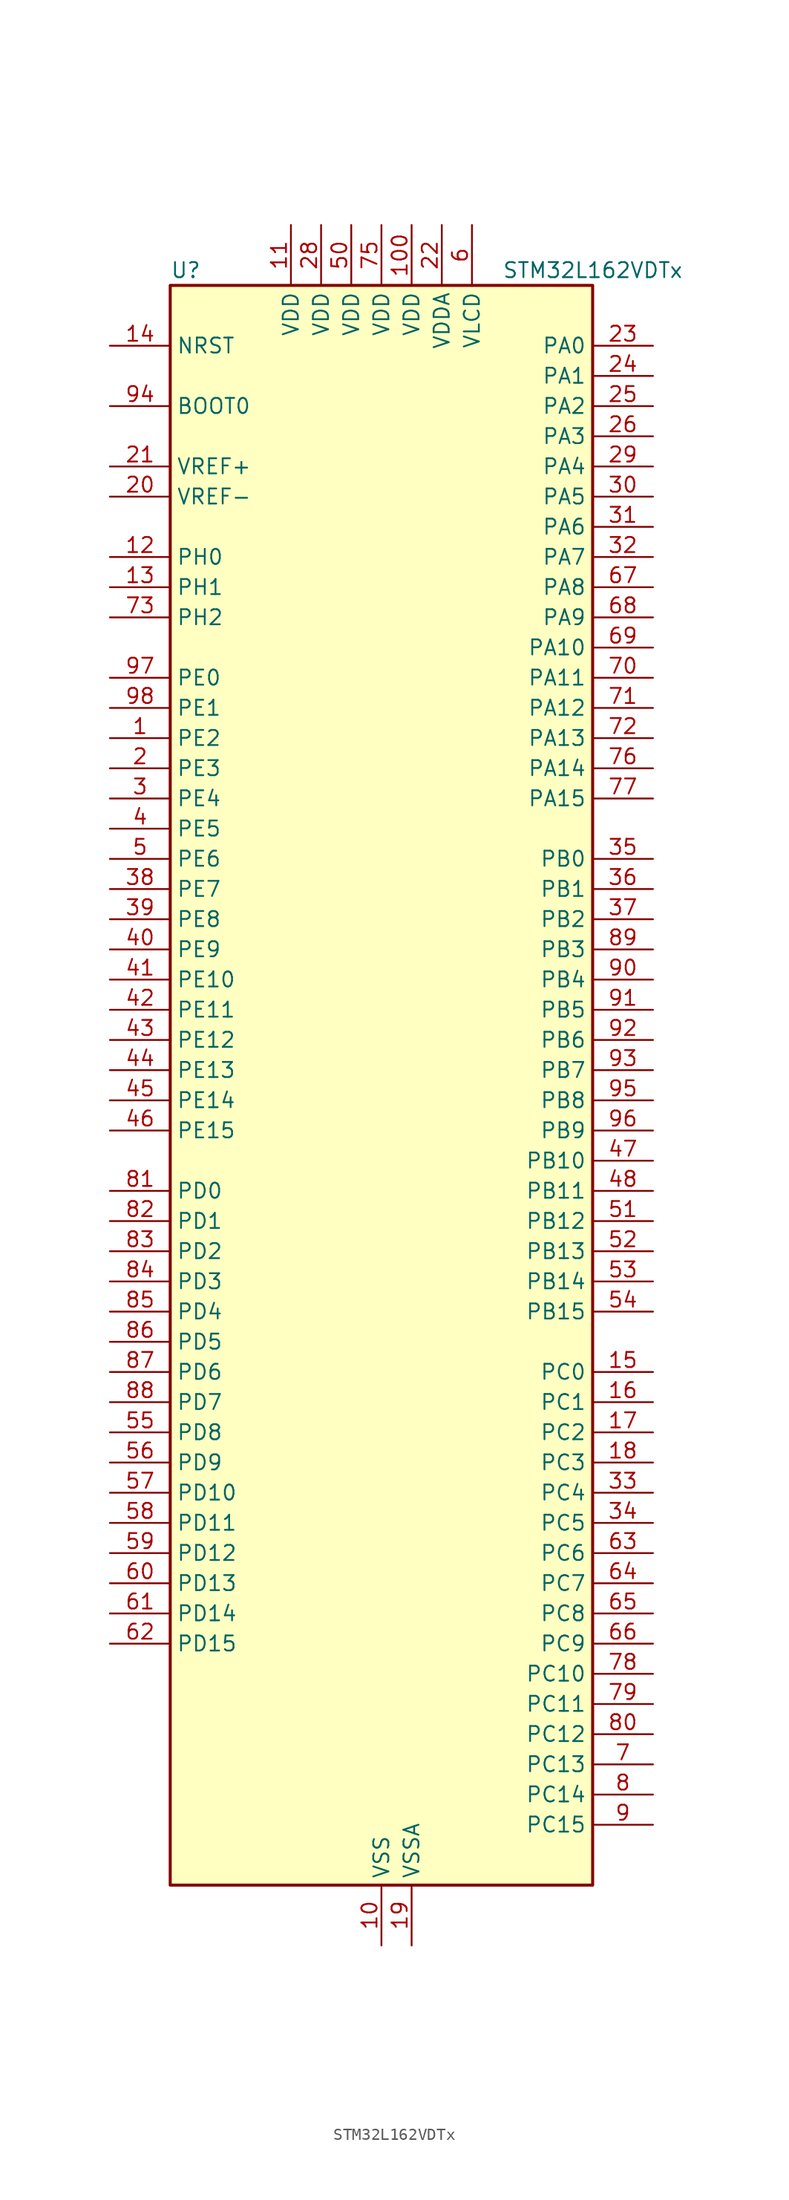
<source format=kicad_sym>
(kicad_symbol_lib
  (version 20241209)
  (generator "kicad_symbol_editor")
  (generator_version "9.0")
  (symbol "STM32L162VDTx"
    (property "Reference" "U"
      (at -17.78 69.85 0)
      (effects (font (size 1.27 1.27)) (justify left)))
    (property "Value" "STM32L162VDTx"
      (at 10.16 69.85 0)
      (effects (font (size 1.27 1.27)) (justify left)))
    (symbol "STM32L162VDTx_0_1"
      (rectangle (start -17.78 -66.04) (end 17.78 68.58) (stroke (width 0.254) (type default)) (fill (type background))))
    (symbol "STM32L162VDTx_1_1"
      (pin input line (at -22.86 63.5 0) (length 5.08) (name "NRST" (effects (font (size 1.27 1.27)))) (number "14" (effects (font (size 1.27 1.27)))))
      (pin input line (at -22.86 58.42 0) (length 5.08) (name "BOOT0" (effects (font (size 1.27 1.27)))) (number "94" (effects (font (size 1.27 1.27)))))
      (pin input line (at -22.86 53.34 0) (length 5.08) (name "VREF+" (effects (font (size 1.27 1.27)))) (number "21" (effects (font (size 1.27 1.27)))))
      (pin input line (at -22.86 50.8 0) (length 5.08) (name "VREF-" (effects (font (size 1.27 1.27)))) (number "20" (effects (font (size 1.27 1.27)))))
      (pin bidirectional line (at -22.86 45.72 0) (length 5.08) (name "PH0" (effects (font (size 1.27 1.27)))) (number "12" (effects (font (size 1.27 1.27)))) (alternate "RCC_OSC_IN" bidirectional line))
      (pin bidirectional line (at -22.86 43.18 0) (length 5.08) (name "PH1" (effects (font (size 1.27 1.27)))) (number "13" (effects (font (size 1.27 1.27)))) (alternate "RCC_OSC_OUT" bidirectional line))
      (pin bidirectional line (at -22.86 40.64 0) (length 5.08) (name "PH2" (effects (font (size 1.27 1.27)))) (number "73" (effects (font (size 1.27 1.27)))) (alternate "FSMC_A22" bidirectional line))
      (pin bidirectional line (at -22.86 35.56 0) (length 5.08) (name "PE0" (effects (font (size 1.27 1.27)))) (number "97" (effects (font (size 1.27 1.27)))) (alternate "FSMC_NBL0" bidirectional line) (alternate "LCD_SEG36" bidirectional line) (alternate "TIM10_CH1" bidirectional line) (alternate "TIM4_ETR" bidirectional line) (alternate "TIMX_IC1" bidirectional line))
      (pin bidirectional line (at -22.86 33.02 0) (length 5.08) (name "PE1" (effects (font (size 1.27 1.27)))) (number "98" (effects (font (size 1.27 1.27)))) (alternate "FSMC_NBL1" bidirectional line) (alternate "LCD_SEG37" bidirectional line) (alternate "TIM11_CH1" bidirectional line) (alternate "TIMX_IC2" bidirectional line))
      (pin bidirectional line (at -22.86 30.48 0) (length 5.08) (name "PE2" (effects (font (size 1.27 1.27)))) (number "1" (effects (font (size 1.27 1.27)))) (alternate "FSMC_A23" bidirectional line) (alternate "LCD_SEG38" bidirectional line) (alternate "SYS_TRACECK" bidirectional line) (alternate "TIM3_ETR" bidirectional line) (alternate "TIMX_IC3" bidirectional line))
      (pin bidirectional line (at -22.86 27.94 0) (length 5.08) (name "PE3" (effects (font (size 1.27 1.27)))) (number "2" (effects (font (size 1.27 1.27)))) (alternate "FSMC_A19" bidirectional line) (alternate "LCD_SEG39" bidirectional line) (alternate "SYS_TRACED0" bidirectional line) (alternate "TIM3_CH1" bidirectional line) (alternate "TIMX_IC4" bidirectional line))
      (pin bidirectional line (at -22.86 25.4 0) (length 5.08) (name "PE4" (effects (font (size 1.27 1.27)))) (number "3" (effects (font (size 1.27 1.27)))) (alternate "FSMC_A20" bidirectional line) (alternate "SYS_TRACED1" bidirectional line) (alternate "TIM3_CH2" bidirectional line) (alternate "TIMX_IC1" bidirectional line))
      (pin bidirectional line (at -22.86 22.86 0) (length 5.08) (name "PE5" (effects (font (size 1.27 1.27)))) (number "4" (effects (font (size 1.27 1.27)))) (alternate "FSMC_A21" bidirectional line) (alternate "SYS_TRACED2" bidirectional line) (alternate "TIM9_CH1" bidirectional line) (alternate "TIMX_IC2" bidirectional line))
      (pin bidirectional line (at -22.86 20.32 0) (length 5.08) (name "PE6" (effects (font (size 1.27 1.27)))) (number "5" (effects (font (size 1.27 1.27)))) (alternate "RTC_TAMP3" bidirectional line) (alternate "SYS_TRACED3" bidirectional line) (alternate "SYS_WKUP3" bidirectional line) (alternate "TIM9_CH2" bidirectional line) (alternate "TIMX_IC3" bidirectional line))
      (pin bidirectional line (at -22.86 17.78 0) (length 5.08) (name "PE7" (effects (font (size 1.27 1.27)))) (number "38" (effects (font (size 1.27 1.27)))) (alternate "ADC_IN22" bidirectional line) (alternate "COMP1_INP" bidirectional line) (alternate "FSMC_D4" bidirectional line) (alternate "FSMC_DA4" bidirectional line) (alternate "TIMX_IC4" bidirectional line))
      (pin bidirectional line (at -22.86 15.24 0) (length 5.08) (name "PE8" (effects (font (size 1.27 1.27)))) (number "39" (effects (font (size 1.27 1.27)))) (alternate "ADC_IN23" bidirectional line) (alternate "COMP1_INP" bidirectional line) (alternate "FSMC_D5" bidirectional line) (alternate "FSMC_DA5" bidirectional line) (alternate "TIMX_IC1" bidirectional line))
      (pin bidirectional line (at -22.86 12.7 0) (length 5.08) (name "PE9" (effects (font (size 1.27 1.27)))) (number "40" (effects (font (size 1.27 1.27)))) (alternate "ADC_IN24" bidirectional line) (alternate "COMP1_INP" bidirectional line) (alternate "DAC_EXTI9" bidirectional line) (alternate "FSMC_D6" bidirectional line) (alternate "FSMC_DA6" bidirectional line) (alternate "TIM2_CH1" bidirectional line) (alternate "TIM2_ETR" bidirectional line) (alternate "TIMX_IC2" bidirectional line))
      (pin bidirectional line (at -22.86 10.16 0) (length 5.08) (name "PE10" (effects (font (size 1.27 1.27)))) (number "41" (effects (font (size 1.27 1.27)))) (alternate "ADC_IN25" bidirectional line) (alternate "COMP1_INP" bidirectional line) (alternate "FSMC_D7" bidirectional line) (alternate "FSMC_DA7" bidirectional line) (alternate "TIM2_CH2" bidirectional line) (alternate "TIMX_IC3" bidirectional line))
      (pin bidirectional line (at -22.86 7.62 0) (length 5.08) (name "PE11" (effects (font (size 1.27 1.27)))) (number "42" (effects (font (size 1.27 1.27)))) (alternate "ADC_EXTI11" bidirectional line) (alternate "FSMC_D8" bidirectional line) (alternate "FSMC_DA8" bidirectional line) (alternate "TIM2_CH3" bidirectional line) (alternate "TIMX_IC4" bidirectional line))
      (pin bidirectional line (at -22.86 5.08 0) (length 5.08) (name "PE12" (effects (font (size 1.27 1.27)))) (number "43" (effects (font (size 1.27 1.27)))) (alternate "FSMC_D9" bidirectional line) (alternate "FSMC_DA9" bidirectional line) (alternate "SPI1_NSS" bidirectional line) (alternate "TIM2_CH4" bidirectional line) (alternate "TIMX_IC1" bidirectional line))
      (pin bidirectional line (at -22.86 2.54 0) (length 5.08) (name "PE13" (effects (font (size 1.27 1.27)))) (number "44" (effects (font (size 1.27 1.27)))) (alternate "FSMC_D10" bidirectional line) (alternate "FSMC_DA10" bidirectional line) (alternate "SPI1_SCK" bidirectional line) (alternate "TIMX_IC2" bidirectional line))
      (pin bidirectional line (at -22.86 0 0) (length 5.08) (name "PE14" (effects (font (size 1.27 1.27)))) (number "45" (effects (font (size 1.27 1.27)))) (alternate "FSMC_D11" bidirectional line) (alternate "FSMC_DA11" bidirectional line) (alternate "SPI1_MISO" bidirectional line) (alternate "TIMX_IC3" bidirectional line))
      (pin bidirectional line (at -22.86 -2.54 0) (length 5.08) (name "PE15" (effects (font (size 1.27 1.27)))) (number "46" (effects (font (size 1.27 1.27)))) (alternate "ADC_EXTI15" bidirectional line) (alternate "FSMC_D12" bidirectional line) (alternate "FSMC_DA12" bidirectional line) (alternate "SPI1_MOSI" bidirectional line) (alternate "TIMX_IC4" bidirectional line))
      (pin bidirectional line (at -22.86 -7.62 0) (length 5.08) (name "PD0" (effects (font (size 1.27 1.27)))) (number "81" (effects (font (size 1.27 1.27)))) (alternate "FSMC_D2" bidirectional line) (alternate "FSMC_DA2" bidirectional line) (alternate "I2S2_WS" bidirectional line) (alternate "SPI2_NSS" bidirectional line) (alternate "TIM9_CH1" bidirectional line) (alternate "TIMX_IC1" bidirectional line))
      (pin bidirectional line (at -22.86 -10.16 0) (length 5.08) (name "PD1" (effects (font (size 1.27 1.27)))) (number "82" (effects (font (size 1.27 1.27)))) (alternate "FSMC_D3" bidirectional line) (alternate "FSMC_DA3" bidirectional line) (alternate "I2S2_CK" bidirectional line) (alternate "SPI2_SCK" bidirectional line) (alternate "TIMX_IC2" bidirectional line))
      (pin bidirectional line (at -22.86 -12.7 0) (length 5.08) (name "PD2" (effects (font (size 1.27 1.27)))) (number "83" (effects (font (size 1.27 1.27)))) (alternate "LCD_COM7" bidirectional line) (alternate "LCD_SEG31" bidirectional line) (alternate "LCD_SEG43" bidirectional line) (alternate "SDIO_CMD" bidirectional line) (alternate "TIM3_ETR" bidirectional line) (alternate "TIMX_IC3" bidirectional line) (alternate "UART5_RX" bidirectional line))
      (pin bidirectional line (at -22.86 -15.24 0) (length 5.08) (name "PD3" (effects (font (size 1.27 1.27)))) (number "84" (effects (font (size 1.27 1.27)))) (alternate "FSMC_CLK" bidirectional line) (alternate "SPI2_MISO" bidirectional line) (alternate "TIMX_IC4" bidirectional line) (alternate "USART2_CTS" bidirectional line))
      (pin bidirectional line (at -22.86 -17.78 0) (length 5.08) (name "PD4" (effects (font (size 1.27 1.27)))) (number "85" (effects (font (size 1.27 1.27)))) (alternate "FSMC_NOE" bidirectional line) (alternate "I2S2_SD" bidirectional line) (alternate "SPI2_MOSI" bidirectional line) (alternate "TIMX_IC1" bidirectional line) (alternate "USART2_RTS" bidirectional line))
      (pin bidirectional line (at -22.86 -20.32 0) (length 5.08) (name "PD5" (effects (font (size 1.27 1.27)))) (number "86" (effects (font (size 1.27 1.27)))) (alternate "FSMC_NWE" bidirectional line) (alternate "TIMX_IC2" bidirectional line) (alternate "USART2_TX" bidirectional line))
      (pin bidirectional line (at -22.86 -22.86 0) (length 5.08) (name "PD6" (effects (font (size 1.27 1.27)))) (number "87" (effects (font (size 1.27 1.27)))) (alternate "FSMC_NWAIT" bidirectional line) (alternate "TIMX_IC3" bidirectional line) (alternate "USART2_RX" bidirectional line))
      (pin bidirectional line (at -22.86 -25.4 0) (length 5.08) (name "PD7" (effects (font (size 1.27 1.27)))) (number "88" (effects (font (size 1.27 1.27)))) (alternate "FSMC_NE1" bidirectional line) (alternate "TIM9_CH2" bidirectional line) (alternate "TIMX_IC4" bidirectional line) (alternate "USART2_CK" bidirectional line))
      (pin bidirectional line (at -22.86 -27.94 0) (length 5.08) (name "PD8" (effects (font (size 1.27 1.27)))) (number "55" (effects (font (size 1.27 1.27)))) (alternate "FSMC_D13" bidirectional line) (alternate "FSMC_DA13" bidirectional line) (alternate "LCD_SEG28" bidirectional line) (alternate "TIMX_IC1" bidirectional line) (alternate "USART3_TX" bidirectional line))
      (pin bidirectional line (at -22.86 -30.48 0) (length 5.08) (name "PD9" (effects (font (size 1.27 1.27)))) (number "56" (effects (font (size 1.27 1.27)))) (alternate "DAC_EXTI9" bidirectional line) (alternate "FSMC_D14" bidirectional line) (alternate "FSMC_DA14" bidirectional line) (alternate "LCD_SEG29" bidirectional line) (alternate "TIMX_IC2" bidirectional line) (alternate "USART3_RX" bidirectional line))
      (pin bidirectional line (at -22.86 -33.02 0) (length 5.08) (name "PD10" (effects (font (size 1.27 1.27)))) (number "57" (effects (font (size 1.27 1.27)))) (alternate "FSMC_D15" bidirectional line) (alternate "FSMC_DA15" bidirectional line) (alternate "LCD_SEG30" bidirectional line) (alternate "TIMX_IC3" bidirectional line) (alternate "USART3_CK" bidirectional line))
      (pin bidirectional line (at -22.86 -35.56 0) (length 5.08) (name "PD11" (effects (font (size 1.27 1.27)))) (number "58" (effects (font (size 1.27 1.27)))) (alternate "ADC_EXTI11" bidirectional line) (alternate "FSMC_A16" bidirectional line) (alternate "LCD_SEG31" bidirectional line) (alternate "TIMX_IC4" bidirectional line) (alternate "USART3_CTS" bidirectional line))
      (pin bidirectional line (at -22.86 -38.1 0) (length 5.08) (name "PD12" (effects (font (size 1.27 1.27)))) (number "59" (effects (font (size 1.27 1.27)))) (alternate "FSMC_A17" bidirectional line) (alternate "LCD_SEG32" bidirectional line) (alternate "TIM4_CH1" bidirectional line) (alternate "TIMX_IC1" bidirectional line) (alternate "USART3_RTS" bidirectional line))
      (pin bidirectional line (at -22.86 -40.64 0) (length 5.08) (name "PD13" (effects (font (size 1.27 1.27)))) (number "60" (effects (font (size 1.27 1.27)))) (alternate "FSMC_A18" bidirectional line) (alternate "LCD_SEG33" bidirectional line) (alternate "TIM4_CH2" bidirectional line) (alternate "TIMX_IC2" bidirectional line))
      (pin bidirectional line (at -22.86 -43.18 0) (length 5.08) (name "PD14" (effects (font (size 1.27 1.27)))) (number "61" (effects (font (size 1.27 1.27)))) (alternate "FSMC_D0" bidirectional line) (alternate "FSMC_DA0" bidirectional line) (alternate "LCD_SEG34" bidirectional line) (alternate "TIM4_CH3" bidirectional line) (alternate "TIMX_IC3" bidirectional line))
      (pin bidirectional line (at -22.86 -45.72 0) (length 5.08) (name "PD15" (effects (font (size 1.27 1.27)))) (number "62" (effects (font (size 1.27 1.27)))) (alternate "ADC_EXTI15" bidirectional line) (alternate "FSMC_D1" bidirectional line) (alternate "FSMC_DA1" bidirectional line) (alternate "LCD_SEG35" bidirectional line) (alternate "TIM4_CH4" bidirectional line) (alternate "TIMX_IC4" bidirectional line))
      (pin power_in line (at -7.62 73.66 270) (length 5.08) (name "VDD" (effects (font (size 1.27 1.27)))) (number "11" (effects (font (size 1.27 1.27)))))
      (pin power_in line (at -5.08 73.66 270) (length 5.08) (name "VDD" (effects (font (size 1.27 1.27)))) (number "28" (effects (font (size 1.27 1.27)))))
      (pin power_in line (at -2.54 73.66 270) (length 5.08) (name "VDD" (effects (font (size 1.27 1.27)))) (number "50" (effects (font (size 1.27 1.27)))))
      (pin power_in line (at 0 73.66 270) (length 5.08) (name "VDD" (effects (font (size 1.27 1.27)))) (number "75" (effects (font (size 1.27 1.27)))))
      (pin power_in line (at 0 -71.12 90) (length 5.08) (name "VSS" (effects (font (size 1.27 1.27)))) (number "10" (effects (font (size 1.27 1.27)))))
      (pin passive line (at 0 -71.12 90) (length 5.08) (hide yes) (name "VSS" (effects (font (size 1.27 1.27)))) (number "27" (effects (font (size 1.27 1.27)))))
      (pin passive line (at 0 -71.12 90) (length 5.08) (hide yes) (name "VSS" (effects (font (size 1.27 1.27)))) (number "49" (effects (font (size 1.27 1.27)))))
      (pin passive line (at 0 -71.12 90) (length 5.08) (hide yes) (name "VSS" (effects (font (size 1.27 1.27)))) (number "74" (effects (font (size 1.27 1.27)))))
      (pin passive line (at 0 -71.12 90) (length 5.08) (hide yes) (name "VSS" (effects (font (size 1.27 1.27)))) (number "99" (effects (font (size 1.27 1.27)))))
      (pin power_in line (at 2.54 73.66 270) (length 5.08) (name "VDD" (effects (font (size 1.27 1.27)))) (number "100" (effects (font (size 1.27 1.27)))))
      (pin power_in line (at 2.54 -71.12 90) (length 5.08) (name "VSSA" (effects (font (size 1.27 1.27)))) (number "19" (effects (font (size 1.27 1.27)))))
      (pin power_in line (at 5.08 73.66 270) (length 5.08) (name "VDDA" (effects (font (size 1.27 1.27)))) (number "22" (effects (font (size 1.27 1.27)))))
      (pin power_in line (at 7.62 73.66 270) (length 5.08) (name "VLCD" (effects (font (size 1.27 1.27)))) (number "6" (effects (font (size 1.27 1.27)))))
      (pin bidirectional line (at 22.86 63.5 180) (length 5.08) (name "PA0" (effects (font (size 1.27 1.27)))) (number "23" (effects (font (size 1.27 1.27)))) (alternate "ADC_IN0" bidirectional line) (alternate "COMP1_INP" bidirectional line) (alternate "RTC_TAMP2" bidirectional line) (alternate "SYS_WKUP1" bidirectional line) (alternate "TIM2_CH1" bidirectional line) (alternate "TIM2_ETR" bidirectional line) (alternate "TIM5_CH1" bidirectional line) (alternate "TIMX_IC1" bidirectional line) (alternate "TS_G1_IO1" bidirectional line) (alternate "USART2_CTS" bidirectional line))
      (pin bidirectional line (at 22.86 60.96 180) (length 5.08) (name "PA1" (effects (font (size 1.27 1.27)))) (number "24" (effects (font (size 1.27 1.27)))) (alternate "ADC_IN1" bidirectional line) (alternate "COMP1_INP" bidirectional line) (alternate "LCD_SEG0" bidirectional line) (alternate "OPAMP1_VINP" bidirectional line) (alternate "TIM2_CH2" bidirectional line) (alternate "TIM5_CH2" bidirectional line) (alternate "TIMX_IC2" bidirectional line) (alternate "TS_G1_IO2" bidirectional line) (alternate "USART2_RTS" bidirectional line))
      (pin bidirectional line (at 22.86 58.42 180) (length 5.08) (name "PA2" (effects (font (size 1.27 1.27)))) (number "25" (effects (font (size 1.27 1.27)))) (alternate "ADC_IN2" bidirectional line) (alternate "COMP1_INP" bidirectional line) (alternate "LCD_SEG1" bidirectional line) (alternate "OPAMP1_VINM" bidirectional line) (alternate "TIM2_CH3" bidirectional line) (alternate "TIM5_CH3" bidirectional line) (alternate "TIM9_CH1" bidirectional line) (alternate "TIMX_IC3" bidirectional line) (alternate "TS_G1_IO3" bidirectional line) (alternate "USART2_TX" bidirectional line))
      (pin bidirectional line (at 22.86 55.88 180) (length 5.08) (name "PA3" (effects (font (size 1.27 1.27)))) (number "26" (effects (font (size 1.27 1.27)))) (alternate "ADC_IN3" bidirectional line) (alternate "COMP1_INP" bidirectional line) (alternate "LCD_SEG2" bidirectional line) (alternate "OPAMP1_VOUT" bidirectional line) (alternate "TIM2_CH4" bidirectional line) (alternate "TIM5_CH4" bidirectional line) (alternate "TIM9_CH2" bidirectional line) (alternate "TIMX_IC4" bidirectional line) (alternate "TS_G1_IO4" bidirectional line) (alternate "USART2_RX" bidirectional line))
      (pin bidirectional line (at 22.86 53.34 180) (length 5.08) (name "PA4" (effects (font (size 1.27 1.27)))) (number "29" (effects (font (size 1.27 1.27)))) (alternate "ADC_IN4" bidirectional line) (alternate "COMP1_INP" bidirectional line) (alternate "DAC_OUT1" bidirectional line) (alternate "I2S3_WS" bidirectional line) (alternate "SPI1_NSS" bidirectional line) (alternate "SPI3_NSS" bidirectional line) (alternate "TIMX_IC1" bidirectional line) (alternate "USART2_CK" bidirectional line))
      (pin bidirectional line (at 22.86 50.8 180) (length 5.08) (name "PA5" (effects (font (size 1.27 1.27)))) (number "30" (effects (font (size 1.27 1.27)))) (alternate "ADC_IN5" bidirectional line) (alternate "COMP1_INP" bidirectional line) (alternate "DAC_OUT2" bidirectional line) (alternate "SPI1_SCK" bidirectional line) (alternate "TIM2_CH1" bidirectional line) (alternate "TIM2_ETR" bidirectional line) (alternate "TIMX_IC2" bidirectional line))
      (pin bidirectional line (at 22.86 48.26 180) (length 5.08) (name "PA6" (effects (font (size 1.27 1.27)))) (number "31" (effects (font (size 1.27 1.27)))) (alternate "ADC_IN6" bidirectional line) (alternate "COMP1_INP" bidirectional line) (alternate "LCD_SEG3" bidirectional line) (alternate "OPAMP2_VINP" bidirectional line) (alternate "SPI1_MISO" bidirectional line) (alternate "TIM10_CH1" bidirectional line) (alternate "TIM3_CH1" bidirectional line) (alternate "TIMX_IC3" bidirectional line) (alternate "TS_G2_IO1" bidirectional line))
      (pin bidirectional line (at 22.86 45.72 180) (length 5.08) (name "PA7" (effects (font (size 1.27 1.27)))) (number "32" (effects (font (size 1.27 1.27)))) (alternate "ADC_IN7" bidirectional line) (alternate "COMP1_INP" bidirectional line) (alternate "LCD_SEG4" bidirectional line) (alternate "OPAMP2_VINM" bidirectional line) (alternate "SPI1_MOSI" bidirectional line) (alternate "TIM11_CH1" bidirectional line) (alternate "TIM3_CH2" bidirectional line) (alternate "TIMX_IC4" bidirectional line) (alternate "TS_G2_IO2" bidirectional line))
      (pin bidirectional line (at 22.86 43.18 180) (length 5.08) (name "PA8" (effects (font (size 1.27 1.27)))) (number "67" (effects (font (size 1.27 1.27)))) (alternate "LCD_COM0" bidirectional line) (alternate "RCC_MCO" bidirectional line) (alternate "TIMX_IC1" bidirectional line) (alternate "TS_G4_IO1" bidirectional line) (alternate "USART1_CK" bidirectional line))
      (pin bidirectional line (at 22.86 40.64 180) (length 5.08) (name "PA9" (effects (font (size 1.27 1.27)))) (number "68" (effects (font (size 1.27 1.27)))) (alternate "DAC_EXTI9" bidirectional line) (alternate "LCD_COM1" bidirectional line) (alternate "TIMX_IC2" bidirectional line) (alternate "TS_G4_IO2" bidirectional line) (alternate "USART1_TX" bidirectional line))
      (pin bidirectional line (at 22.86 38.1 180) (length 5.08) (name "PA10" (effects (font (size 1.27 1.27)))) (number "69" (effects (font (size 1.27 1.27)))) (alternate "LCD_COM2" bidirectional line) (alternate "TIMX_IC3" bidirectional line) (alternate "TS_G4_IO3" bidirectional line) (alternate "USART1_RX" bidirectional line))
      (pin bidirectional line (at 22.86 35.56 180) (length 5.08) (name "PA11" (effects (font (size 1.27 1.27)))) (number "70" (effects (font (size 1.27 1.27)))) (alternate "ADC_EXTI11" bidirectional line) (alternate "SPI1_MISO" bidirectional line) (alternate "TIMX_IC4" bidirectional line) (alternate "USART1_CTS" bidirectional line) (alternate "USB_DM" bidirectional line))
      (pin bidirectional line (at 22.86 33.02 180) (length 5.08) (name "PA12" (effects (font (size 1.27 1.27)))) (number "71" (effects (font (size 1.27 1.27)))) (alternate "SPI1_MOSI" bidirectional line) (alternate "TIMX_IC1" bidirectional line) (alternate "USART1_RTS" bidirectional line) (alternate "USB_DP" bidirectional line))
      (pin bidirectional line (at 22.86 30.48 180) (length 5.08) (name "PA13" (effects (font (size 1.27 1.27)))) (number "72" (effects (font (size 1.27 1.27)))) (alternate "SYS_JTMS-SWDIO" bidirectional line) (alternate "TIMX_IC2" bidirectional line) (alternate "TS_G5_IO1" bidirectional line))
      (pin bidirectional line (at 22.86 27.94 180) (length 5.08) (name "PA14" (effects (font (size 1.27 1.27)))) (number "76" (effects (font (size 1.27 1.27)))) (alternate "SYS_JTCK-SWCLK" bidirectional line) (alternate "TIMX_IC3" bidirectional line) (alternate "TS_G5_IO2" bidirectional line))
      (pin bidirectional line (at 22.86 25.4 180) (length 5.08) (name "PA15" (effects (font (size 1.27 1.27)))) (number "77" (effects (font (size 1.27 1.27)))) (alternate "ADC_EXTI15" bidirectional line) (alternate "I2S3_WS" bidirectional line) (alternate "LCD_SEG17" bidirectional line) (alternate "SPI1_NSS" bidirectional line) (alternate "SPI3_NSS" bidirectional line) (alternate "SYS_JTDI" bidirectional line) (alternate "TIM2_CH1" bidirectional line) (alternate "TIM2_ETR" bidirectional line) (alternate "TIMX_IC4" bidirectional line) (alternate "TS_G5_IO3" bidirectional line))
      (pin bidirectional line (at 22.86 20.32 180) (length 5.08) (name "PB0" (effects (font (size 1.27 1.27)))) (number "35" (effects (font (size 1.27 1.27)))) (alternate "ADC_IN8" bidirectional line) (alternate "COMP1_INP" bidirectional line) (alternate "LCD_SEG5" bidirectional line) (alternate "OPAMP2_VOUT" bidirectional line) (alternate "SYS_V_REF_OUT" bidirectional line) (alternate "TIM3_CH3" bidirectional line) (alternate "TS_G3_IO1" bidirectional line))
      (pin bidirectional line (at 22.86 17.78 180) (length 5.08) (name "PB1" (effects (font (size 1.27 1.27)))) (number "36" (effects (font (size 1.27 1.27)))) (alternate "ADC_IN9" bidirectional line) (alternate "COMP1_INP" bidirectional line) (alternate "LCD_SEG6" bidirectional line) (alternate "SYS_V_REF_OUT" bidirectional line) (alternate "TIM3_CH4" bidirectional line) (alternate "TS_G3_IO2" bidirectional line))
      (pin bidirectional line (at 22.86 15.24 180) (length 5.08) (name "PB2" (effects (font (size 1.27 1.27)))) (number "37" (effects (font (size 1.27 1.27)))) (alternate "TS_G3_IO3" bidirectional line))
      (pin bidirectional line (at 22.86 12.7 180) (length 5.08) (name "PB3" (effects (font (size 1.27 1.27)))) (number "89" (effects (font (size 1.27 1.27)))) (alternate "COMP2_INM" bidirectional line) (alternate "I2S3_CK" bidirectional line) (alternate "LCD_SEG7" bidirectional line) (alternate "SPI1_SCK" bidirectional line) (alternate "SPI3_SCK" bidirectional line) (alternate "SYS_JTDO-TRACESWO" bidirectional line) (alternate "TIM2_CH2" bidirectional line))
      (pin bidirectional line (at 22.86 10.16 180) (length 5.08) (name "PB4" (effects (font (size 1.27 1.27)))) (number "90" (effects (font (size 1.27 1.27)))) (alternate "COMP2_INP" bidirectional line) (alternate "LCD_SEG8" bidirectional line) (alternate "SPI1_MISO" bidirectional line) (alternate "SPI3_MISO" bidirectional line) (alternate "SYS_JTRST" bidirectional line) (alternate "TIM3_CH1" bidirectional line) (alternate "TS_G6_IO1" bidirectional line))
      (pin bidirectional line (at 22.86 7.62 180) (length 5.08) (name "PB5" (effects (font (size 1.27 1.27)))) (number "91" (effects (font (size 1.27 1.27)))) (alternate "COMP2_INP" bidirectional line) (alternate "I2C1_SMBA" bidirectional line) (alternate "I2S3_SD" bidirectional line) (alternate "LCD_SEG9" bidirectional line) (alternate "SPI1_MOSI" bidirectional line) (alternate "SPI3_MOSI" bidirectional line) (alternate "TIM3_CH2" bidirectional line) (alternate "TS_G6_IO2" bidirectional line))
      (pin bidirectional line (at 22.86 5.08 180) (length 5.08) (name "PB6" (effects (font (size 1.27 1.27)))) (number "92" (effects (font (size 1.27 1.27)))) (alternate "COMP2_INP" bidirectional line) (alternate "I2C1_SCL" bidirectional line) (alternate "TIM4_CH1" bidirectional line) (alternate "TS_G6_IO3" bidirectional line) (alternate "USART1_TX" bidirectional line))
      (pin bidirectional line (at 22.86 2.54 180) (length 5.08) (name "PB7" (effects (font (size 1.27 1.27)))) (number "93" (effects (font (size 1.27 1.27)))) (alternate "COMP2_INP" bidirectional line) (alternate "FSMC_NL" bidirectional line) (alternate "I2C1_SDA" bidirectional line) (alternate "SYS_PVD_IN" bidirectional line) (alternate "TIM4_CH2" bidirectional line) (alternate "TS_G6_IO4" bidirectional line) (alternate "USART1_RX" bidirectional line))
      (pin bidirectional line (at 22.86 0 180) (length 5.08) (name "PB8" (effects (font (size 1.27 1.27)))) (number "95" (effects (font (size 1.27 1.27)))) (alternate "I2C1_SCL" bidirectional line) (alternate "LCD_SEG16" bidirectional line) (alternate "SDIO_D4" bidirectional line) (alternate "TIM10_CH1" bidirectional line) (alternate "TIM4_CH3" bidirectional line))
      (pin bidirectional line (at 22.86 -2.54 180) (length 5.08) (name "PB9" (effects (font (size 1.27 1.27)))) (number "96" (effects (font (size 1.27 1.27)))) (alternate "DAC_EXTI9" bidirectional line) (alternate "I2C1_SDA" bidirectional line) (alternate "LCD_COM3" bidirectional line) (alternate "SDIO_D5" bidirectional line) (alternate "TIM11_CH1" bidirectional line) (alternate "TIM4_CH4" bidirectional line))
      (pin bidirectional line (at 22.86 -5.08 180) (length 5.08) (name "PB10" (effects (font (size 1.27 1.27)))) (number "47" (effects (font (size 1.27 1.27)))) (alternate "I2C2_SCL" bidirectional line) (alternate "LCD_SEG10" bidirectional line) (alternate "TIM2_CH3" bidirectional line) (alternate "USART3_TX" bidirectional line))
      (pin bidirectional line (at 22.86 -7.62 180) (length 5.08) (name "PB11" (effects (font (size 1.27 1.27)))) (number "48" (effects (font (size 1.27 1.27)))) (alternate "ADC_EXTI11" bidirectional line) (alternate "I2C2_SDA" bidirectional line) (alternate "LCD_SEG11" bidirectional line) (alternate "TIM2_CH4" bidirectional line) (alternate "USART3_RX" bidirectional line))
      (pin bidirectional line (at 22.86 -10.16 180) (length 5.08) (name "PB12" (effects (font (size 1.27 1.27)))) (number "51" (effects (font (size 1.27 1.27)))) (alternate "ADC_IN18" bidirectional line) (alternate "COMP1_INP" bidirectional line) (alternate "I2C2_SMBA" bidirectional line) (alternate "I2S2_WS" bidirectional line) (alternate "LCD_SEG12" bidirectional line) (alternate "SPI2_NSS" bidirectional line) (alternate "TIM10_CH1" bidirectional line) (alternate "TS_G7_IO1" bidirectional line) (alternate "USART3_CK" bidirectional line))
      (pin bidirectional line (at 22.86 -12.7 180) (length 5.08) (name "PB13" (effects (font (size 1.27 1.27)))) (number "52" (effects (font (size 1.27 1.27)))) (alternate "ADC_IN19" bidirectional line) (alternate "COMP1_INP" bidirectional line) (alternate "I2S2_CK" bidirectional line) (alternate "LCD_SEG13" bidirectional line) (alternate "SPI2_SCK" bidirectional line) (alternate "TIM9_CH1" bidirectional line) (alternate "TS_G7_IO2" bidirectional line) (alternate "USART3_CTS" bidirectional line))
      (pin bidirectional line (at 22.86 -15.24 180) (length 5.08) (name "PB14" (effects (font (size 1.27 1.27)))) (number "53" (effects (font (size 1.27 1.27)))) (alternate "ADC_IN20" bidirectional line) (alternate "COMP1_INP" bidirectional line) (alternate "LCD_SEG14" bidirectional line) (alternate "SPI2_MISO" bidirectional line) (alternate "TIM9_CH2" bidirectional line) (alternate "TS_G7_IO3" bidirectional line) (alternate "USART3_RTS" bidirectional line))
      (pin bidirectional line (at 22.86 -17.78 180) (length 5.08) (name "PB15" (effects (font (size 1.27 1.27)))) (number "54" (effects (font (size 1.27 1.27)))) (alternate "ADC_EXTI15" bidirectional line) (alternate "ADC_IN21" bidirectional line) (alternate "COMP1_INP" bidirectional line) (alternate "I2S2_SD" bidirectional line) (alternate "LCD_SEG15" bidirectional line) (alternate "RTC_REFIN" bidirectional line) (alternate "SPI2_MOSI" bidirectional line) (alternate "TIM11_CH1" bidirectional line) (alternate "TS_G7_IO4" bidirectional line))
      (pin bidirectional line (at 22.86 -22.86 180) (length 5.08) (name "PC0" (effects (font (size 1.27 1.27)))) (number "15" (effects (font (size 1.27 1.27)))) (alternate "ADC_IN10" bidirectional line) (alternate "COMP1_INP" bidirectional line) (alternate "LCD_SEG18" bidirectional line) (alternate "TIMX_IC1" bidirectional line) (alternate "TS_G8_IO1" bidirectional line))
      (pin bidirectional line (at 22.86 -25.4 180) (length 5.08) (name "PC1" (effects (font (size 1.27 1.27)))) (number "16" (effects (font (size 1.27 1.27)))) (alternate "ADC_IN11" bidirectional line) (alternate "COMP1_INP" bidirectional line) (alternate "LCD_SEG19" bidirectional line) (alternate "OPAMP3_VINP" bidirectional line) (alternate "TIMX_IC2" bidirectional line) (alternate "TS_G8_IO2" bidirectional line))
      (pin bidirectional line (at 22.86 -27.94 180) (length 5.08) (name "PC2" (effects (font (size 1.27 1.27)))) (number "17" (effects (font (size 1.27 1.27)))) (alternate "ADC_IN12" bidirectional line) (alternate "COMP1_INP" bidirectional line) (alternate "LCD_SEG20" bidirectional line) (alternate "OPAMP3_VINM" bidirectional line) (alternate "TIMX_IC3" bidirectional line) (alternate "TS_G8_IO3" bidirectional line))
      (pin bidirectional line (at 22.86 -30.48 180) (length 5.08) (name "PC3" (effects (font (size 1.27 1.27)))) (number "18" (effects (font (size 1.27 1.27)))) (alternate "ADC_IN13" bidirectional line) (alternate "COMP1_INP" bidirectional line) (alternate "LCD_SEG21" bidirectional line) (alternate "OPAMP3_VOUT" bidirectional line) (alternate "TIMX_IC4" bidirectional line) (alternate "TS_G8_IO4" bidirectional line))
      (pin bidirectional line (at 22.86 -33.02 180) (length 5.08) (name "PC4" (effects (font (size 1.27 1.27)))) (number "33" (effects (font (size 1.27 1.27)))) (alternate "ADC_IN14" bidirectional line) (alternate "COMP1_INP" bidirectional line) (alternate "LCD_SEG22" bidirectional line) (alternate "TIMX_IC1" bidirectional line) (alternate "TS_G9_IO1" bidirectional line))
      (pin bidirectional line (at 22.86 -35.56 180) (length 5.08) (name "PC5" (effects (font (size 1.27 1.27)))) (number "34" (effects (font (size 1.27 1.27)))) (alternate "ADC_IN15" bidirectional line) (alternate "COMP1_INP" bidirectional line) (alternate "LCD_SEG23" bidirectional line) (alternate "TIMX_IC2" bidirectional line) (alternate "TS_G9_IO2" bidirectional line))
      (pin bidirectional line (at 22.86 -38.1 180) (length 5.08) (name "PC6" (effects (font (size 1.27 1.27)))) (number "63" (effects (font (size 1.27 1.27)))) (alternate "I2S2_MCK" bidirectional line) (alternate "LCD_SEG24" bidirectional line) (alternate "SDIO_D6" bidirectional line) (alternate "TIM3_CH1" bidirectional line) (alternate "TIMX_IC3" bidirectional line) (alternate "TS_G10_IO1" bidirectional line))
      (pin bidirectional line (at 22.86 -40.64 180) (length 5.08) (name "PC7" (effects (font (size 1.27 1.27)))) (number "64" (effects (font (size 1.27 1.27)))) (alternate "I2S3_MCK" bidirectional line) (alternate "LCD_SEG25" bidirectional line) (alternate "SDIO_D7" bidirectional line) (alternate "TIM3_CH2" bidirectional line) (alternate "TIMX_IC4" bidirectional line) (alternate "TS_G10_IO2" bidirectional line))
      (pin bidirectional line (at 22.86 -43.18 180) (length 5.08) (name "PC8" (effects (font (size 1.27 1.27)))) (number "65" (effects (font (size 1.27 1.27)))) (alternate "LCD_SEG26" bidirectional line) (alternate "SDIO_D0" bidirectional line) (alternate "TIM3_CH3" bidirectional line) (alternate "TIMX_IC1" bidirectional line) (alternate "TS_G10_IO3" bidirectional line))
      (pin bidirectional line (at 22.86 -45.72 180) (length 5.08) (name "PC9" (effects (font (size 1.27 1.27)))) (number "66" (effects (font (size 1.27 1.27)))) (alternate "DAC_EXTI9" bidirectional line) (alternate "LCD_SEG27" bidirectional line) (alternate "SDIO_D1" bidirectional line) (alternate "TIM3_CH4" bidirectional line) (alternate "TIMX_IC2" bidirectional line) (alternate "TS_G10_IO4" bidirectional line))
      (pin bidirectional line (at 22.86 -48.26 180) (length 5.08) (name "PC10" (effects (font (size 1.27 1.27)))) (number "78" (effects (font (size 1.27 1.27)))) (alternate "I2S3_CK" bidirectional line) (alternate "LCD_COM4" bidirectional line) (alternate "LCD_SEG28" bidirectional line) (alternate "LCD_SEG40" bidirectional line) (alternate "SDIO_D2" bidirectional line) (alternate "SPI3_SCK" bidirectional line) (alternate "TIMX_IC3" bidirectional line) (alternate "UART4_TX" bidirectional line) (alternate "USART3_TX" bidirectional line))
      (pin bidirectional line (at 22.86 -50.8 180) (length 5.08) (name "PC11" (effects (font (size 1.27 1.27)))) (number "79" (effects (font (size 1.27 1.27)))) (alternate "ADC_EXTI11" bidirectional line) (alternate "LCD_COM5" bidirectional line) (alternate "LCD_SEG29" bidirectional line) (alternate "LCD_SEG41" bidirectional line) (alternate "SDIO_D3" bidirectional line) (alternate "SPI3_MISO" bidirectional line) (alternate "TIMX_IC4" bidirectional line) (alternate "UART4_RX" bidirectional line) (alternate "USART3_RX" bidirectional line))
      (pin bidirectional line (at 22.86 -53.34 180) (length 5.08) (name "PC12" (effects (font (size 1.27 1.27)))) (number "80" (effects (font (size 1.27 1.27)))) (alternate "I2S3_SD" bidirectional line) (alternate "LCD_COM6" bidirectional line) (alternate "LCD_SEG30" bidirectional line) (alternate "LCD_SEG42" bidirectional line) (alternate "SDIO_CK" bidirectional line) (alternate "SPI3_MOSI" bidirectional line) (alternate "TIMX_IC1" bidirectional line) (alternate "UART5_TX" bidirectional line) (alternate "USART3_CK" bidirectional line))
      (pin bidirectional line (at 22.86 -55.88 180) (length 5.08) (name "PC13" (effects (font (size 1.27 1.27)))) (number "7" (effects (font (size 1.27 1.27)))) (alternate "RTC_OUT_ALARM" bidirectional line) (alternate "RTC_OUT_CALIB" bidirectional line) (alternate "RTC_TAMP1" bidirectional line) (alternate "RTC_TS" bidirectional line) (alternate "SYS_WKUP2" bidirectional line) (alternate "TIMX_IC2" bidirectional line))
      (pin bidirectional line (at 22.86 -58.42 180) (length 5.08) (name "PC14" (effects (font (size 1.27 1.27)))) (number "8" (effects (font (size 1.27 1.27)))) (alternate "RCC_OSC32_IN" bidirectional line) (alternate "TIMX_IC3" bidirectional line))
      (pin bidirectional line (at 22.86 -60.96 180) (length 5.08) (name "PC15" (effects (font (size 1.27 1.27)))) (number "9" (effects (font (size 1.27 1.27)))) (alternate "ADC_EXTI15" bidirectional line) (alternate "RCC_OSC32_OUT" bidirectional line) (alternate "TIMX_IC4" bidirectional line)))))
</source>
